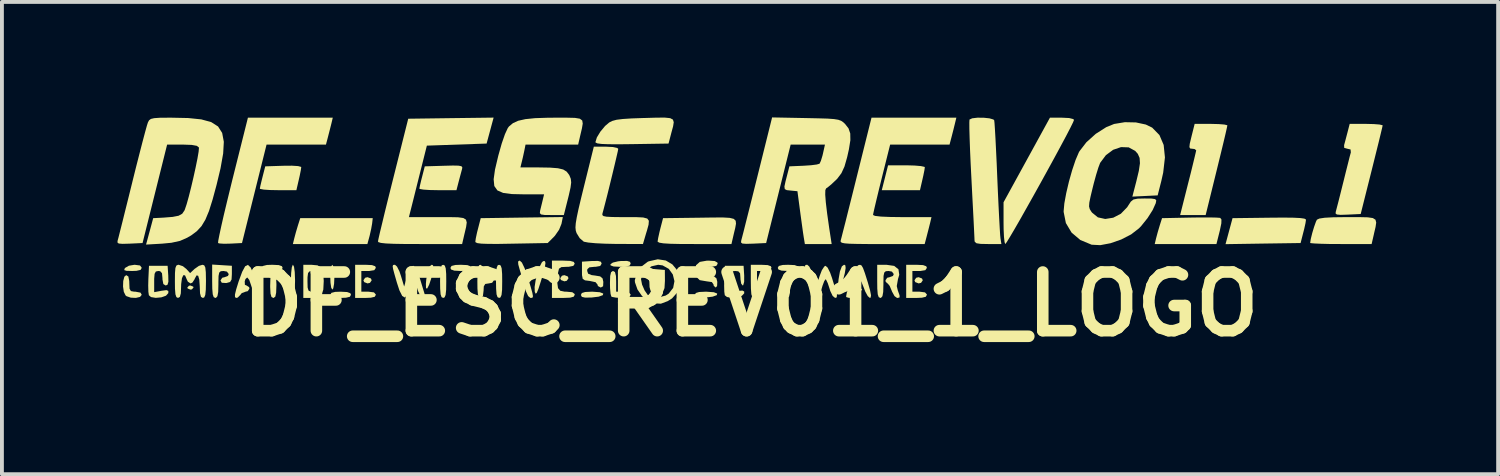
<source format=kicad_pcb>
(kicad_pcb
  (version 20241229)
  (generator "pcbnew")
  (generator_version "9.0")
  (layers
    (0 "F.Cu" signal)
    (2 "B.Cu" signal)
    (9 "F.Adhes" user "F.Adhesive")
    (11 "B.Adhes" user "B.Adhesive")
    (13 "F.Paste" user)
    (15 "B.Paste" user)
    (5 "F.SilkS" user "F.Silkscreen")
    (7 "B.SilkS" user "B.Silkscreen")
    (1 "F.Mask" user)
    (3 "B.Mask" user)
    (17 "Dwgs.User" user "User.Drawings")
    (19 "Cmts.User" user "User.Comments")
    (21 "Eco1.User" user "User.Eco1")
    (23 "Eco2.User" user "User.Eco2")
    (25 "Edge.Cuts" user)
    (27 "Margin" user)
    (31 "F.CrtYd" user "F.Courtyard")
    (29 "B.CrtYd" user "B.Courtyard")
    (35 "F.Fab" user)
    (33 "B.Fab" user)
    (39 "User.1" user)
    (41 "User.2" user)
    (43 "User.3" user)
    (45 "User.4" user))
  (footprint "DF_ESC_REV01_1_LOGO"
    (layer "F.Cu")
    (at 16.453 4.85)
    (property "Reference" "DF_ESC_REV01_1_LOGO" (at 0 0 0) (layer "F.SilkS") (effects (font (size 1.524 1.524) (thickness 0.3))))
    (attr board_only exclude_from_pos_files exclude_from_bom)
    (fp_poly (pts (xy -14.485 -0.455) (xy -14.476 -0.431) (xy -14.519 -0.383) (xy -14.557 -0.377) (xy -14.628 -0.406) (xy -14.637 -0.431) (xy -14.594 -0.478) (xy -14.557 -0.484)) (stroke (width 0) (type solid)) (fill yes) (layer "F.SilkS"))
    (fp_poly (pts (xy -9.868 -0.666) (xy -9.848 -0.619) (xy -9.893 -0.553) (xy -9.956 -0.538) (xy -10.043 -0.572) (xy -10.063 -0.619) (xy -10.018 -0.685) (xy -9.956 -0.7)) (stroke (width 0) (type solid)) (fill yes) (layer "F.SilkS"))
    (fp_poly (pts (xy -4.756 -0.72) (xy -4.736 -0.673) (xy -4.78 -0.607) (xy -4.843 -0.592) (xy -4.931 -0.626) (xy -4.951 -0.673) (xy -4.906 -0.738) (xy -4.843 -0.753)) (stroke (width 0) (type solid)) (fill yes) (layer "F.SilkS"))
    (fp_poly (pts (xy 0.411 -0.666) (xy 0.431 -0.619) (xy 0.386 -0.553) (xy 0.323 -0.538) (xy 0.235 -0.572) (xy 0.215 -0.619) (xy 0.26 -0.685) (xy 0.323 -0.7)) (stroke (width 0) (type solid)) (fill yes) (layer "F.SilkS"))
    (fp_poly (pts (xy 4.447 -0.666) (xy 4.467 -0.619) (xy 4.422 -0.553) (xy 4.359 -0.538) (xy 4.271 -0.572) (xy 4.251 -0.619) (xy 4.296 -0.685) (xy 4.359 -0.7)) (stroke (width 0) (type solid)) (fill yes) (layer "F.SilkS"))
    (fp_poly (pts (xy -12.262 -1.014) (xy -12.179 -0.984) (xy -12.162 -0.942) (xy -12.191 -0.891) (xy -12.29 -0.866) (xy -12.431 -0.861) (xy -12.6 -0.87) (xy -12.683 -0.9) (xy -12.7 -0.942) (xy -12.671 -0.992) (xy -12.571 -1.017) (xy -12.431 -1.022)) (stroke (width 0) (type solid)) (fill yes) (layer "F.SilkS"))
    (fp_poly (pts (xy -10.842 -0.973) (xy -10.822 -0.845) (xy -10.817 -0.7) (xy -10.825 -0.528) (xy -10.846 -0.411) (xy -10.87 -0.377) (xy -10.899 -0.426) (xy -10.918 -0.554) (xy -10.924 -0.7) (xy -10.916 -0.872) (xy -10.895 -0.988) (xy -10.87 -1.022)) (stroke (width 0) (type solid)) (fill yes) (layer "F.SilkS"))
    (fp_poly (pts (xy -10.486 -0.314) (xy -10.403 -0.284) (xy -10.386 -0.242) (xy -10.415 -0.191) (xy -10.515 -0.167) (xy -10.655 -0.161) (xy -10.824 -0.17) (xy -10.907 -0.2) (xy -10.924 -0.242) (xy -10.895 -0.293) (xy -10.796 -0.318) (xy -10.655 -0.323)) (stroke (width 0) (type solid)) (fill yes) (layer "F.SilkS"))
    (fp_poly (pts (xy -9.836 -2.099) (xy -9.861 -1.955) (xy -9.9 -1.782) (xy -9.905 -1.762) (xy -9.96 -1.561) (xy -11.895 -1.561) (xy -11.859 -1.709) (xy -11.817 -1.866) (xy -11.765 -2.041) (xy -11.764 -2.045) (xy -11.704 -2.233) (xy -9.821 -2.233)) (stroke (width 0) (type solid)) (fill yes) (layer "F.SilkS"))
    (fp_poly (pts (xy -7.365 -1.014) (xy -7.282 -0.984) (xy -7.265 -0.942) (xy -7.294 -0.891) (xy -7.393 -0.866) (xy -7.534 -0.861) (xy -7.703 -0.87) (xy -7.786 -0.9) (xy -7.803 -0.942) (xy -7.774 -0.992) (xy -7.674 -1.017) (xy -7.534 -1.022)) (stroke (width 0) (type solid)) (fill yes) (layer "F.SilkS"))
    (fp_poly (pts (xy -3.138 -1.099) (xy -3.121 -1.052) (xy -3.147 -1.001) (xy -3.238 -0.975) (xy -3.395 -0.969) (xy -3.566 -0.978) (xy -3.642 -1.006) (xy -3.646 -1.036) (xy -3.583 -1.08) (xy -3.448 -1.112) (xy -3.373 -1.12) (xy -3.214 -1.122)) (stroke (width 0) (type solid)) (fill yes) (layer "F.SilkS"))
    (fp_poly (pts (xy 1.138 -1.014) (xy 1.22 -0.984) (xy 1.238 -0.942) (xy 1.209 -0.891) (xy 1.109 -0.866) (xy 0.969 -0.861) (xy 0.799 -0.87) (xy 0.717 -0.9) (xy 0.7 -0.942) (xy 0.728 -0.992) (xy 0.828 -1.017) (xy 0.969 -1.022)) (stroke (width 0) (type solid)) (fill yes) (layer "F.SilkS"))
    (fp_poly (pts (xy 4.254 -3.6) (xy 4.418 -3.586) (xy 4.509 -3.566) (xy 4.52 -3.556) (xy 4.509 -3.478) (xy 4.48 -3.335) (xy 4.457 -3.233) (xy 4.394 -2.96) (xy 3.402 -2.96) (xy 3.484 -3.283) (xy 3.565 -3.606) (xy 4.043 -3.606)) (stroke (width 0) (type solid)) (fill yes) (layer "F.SilkS"))
    (fp_poly (pts (xy -15.866 -1.004) (xy -15.821 -0.944) (xy -15.821 -0.942) (xy -15.852 -0.889) (xy -15.958 -0.865) (xy -16.07 -0.861) (xy -16.217 -0.865) (xy -16.276 -0.884) (xy -16.264 -0.926) (xy -16.252 -0.942) (xy -16.154 -0.998) (xy -16.011 -1.022) (xy -16.003 -1.022)) (stroke (width 0) (type solid)) (fill yes) (layer "F.SilkS"))
    (fp_poly (pts (xy -8.254 -1.007) (xy -8.246 -0.938) (xy -8.267 -0.806) (xy -8.307 -0.649) (xy -8.356 -0.504) (xy -8.404 -0.41) (xy -8.41 -0.404) (xy -8.437 -0.415) (xy -8.44 -0.528) (xy -8.43 -0.642) (xy -8.394 -0.849) (xy -8.344 -0.981) (xy -8.286 -1.024)) (stroke (width 0) (type solid)) (fill yes) (layer "F.SilkS"))
    (fp_poly (pts (xy -3.922 -0.309) (xy -3.833 -0.275) (xy -3.844 -0.233) (xy -3.952 -0.194) (xy -4.134 -0.172) (xy -4.303 -0.169) (xy -4.388 -0.188) (xy -4.413 -0.235) (xy -4.413 -0.239) (xy -4.389 -0.289) (xy -4.303 -0.315) (xy -4.134 -0.323) (xy -4.112 -0.323)) (stroke (width 0) (type solid)) (fill yes) (layer "F.SilkS"))
    (fp_poly (pts (xy -0.962 -0.309) (xy -0.873 -0.275) (xy -0.884 -0.233) (xy -0.992 -0.194) (xy -1.175 -0.172) (xy -1.343 -0.169) (xy -1.428 -0.188) (xy -1.453 -0.235) (xy -1.453 -0.239) (xy -1.429 -0.289) (xy -1.343 -0.315) (xy -1.174 -0.323) (xy -1.153 -0.323)) (stroke (width 0) (type solid)) (fill yes) (layer "F.SilkS"))
    (fp_poly (pts (xy 2.455 -1.007) (xy 2.463 -0.938) (xy 2.442 -0.806) (xy 2.402 -0.649) (xy 2.353 -0.504) (xy 2.305 -0.41) (xy 2.299 -0.404) (xy 2.271 -0.415) (xy 2.269 -0.528) (xy 2.279 -0.642) (xy 2.315 -0.849) (xy 2.365 -0.981) (xy 2.423 -1.024)) (stroke (width 0) (type solid)) (fill yes) (layer "F.SilkS"))
    (fp_poly (pts (xy 0.992 -0.776) (xy 1.016 -0.672) (xy 1.022 -0.484) (xy 1.016 -0.296) (xy 0.994 -0.195) (xy 0.95 -0.162) (xy 0.943 -0.161) (xy 0.897 -0.186) (xy 0.874 -0.274) (xy 0.868 -0.446) (xy 0.868 -0.484) (xy 0.878 -0.677) (xy 0.905 -0.779) (xy 0.948 -0.807)) (stroke (width 0) (type solid)) (fill yes) (layer "F.SilkS"))
    (fp_poly (pts (xy 14.095 -2.245) (xy 14.275 -2.236) (xy 14.379 -2.221) (xy 14.42 -2.198) (xy 14.421 -2.191) (xy 14.408 -2.104) (xy 14.375 -1.954) (xy 14.35 -1.857) (xy 14.281 -1.587) (xy 13.306 -1.573) (xy 12.331 -1.558) (xy 12.422 -1.896) (xy 12.513 -2.233) (xy 13.468 -2.245) (xy 13.83 -2.248)) (stroke (width 0) (type solid)) (fill yes) (layer "F.SilkS"))
    (fp_poly (pts (xy -12.357 -0.782) (xy -12.332 -0.695) (xy -12.323 -0.523) (xy -12.323 -0.484) (xy -12.33 -0.297) (xy -12.351 -0.196) (xy -12.394 -0.162) (xy -12.404 -0.161) (xy -12.451 -0.186) (xy -12.476 -0.274) (xy -12.485 -0.445) (xy -12.485 -0.484) (xy -12.479 -0.672) (xy -12.457 -0.772) (xy -12.414 -0.807) (xy -12.404 -0.807)) (stroke (width 0) (type solid)) (fill yes) (layer "F.SilkS"))
    (fp_poly (pts (xy -11.866 -0.972) (xy -11.847 -0.835) (xy -11.839 -0.63) (xy -11.839 -0.592) (xy -11.845 -0.379) (xy -11.862 -0.229) (xy -11.888 -0.163) (xy -11.893 -0.161) (xy -11.919 -0.212) (xy -11.938 -0.349) (xy -11.946 -0.553) (xy -11.947 -0.592) (xy -11.94 -0.805) (xy -11.923 -0.955) (xy -11.898 -1.021) (xy -11.893 -1.022)) (stroke (width 0) (type solid)) (fill yes) (layer "F.SilkS"))
    (fp_poly (pts (xy -7.95 -1.002) (xy -7.925 -0.929) (xy -7.913 -0.783) (xy -7.911 -0.592) (xy -7.914 -0.371) (xy -7.928 -0.238) (xy -7.956 -0.175) (xy -7.991 -0.161) (xy -8.033 -0.182) (xy -8.058 -0.255) (xy -8.069 -0.401) (xy -8.072 -0.592) (xy -8.068 -0.813) (xy -8.054 -0.945) (xy -8.027 -1.009) (xy -7.991 -1.022)) (stroke (width 0) (type solid)) (fill yes) (layer "F.SilkS"))
    (fp_poly (pts (xy -7.46 -0.782) (xy -7.435 -0.695) (xy -7.426 -0.523) (xy -7.426 -0.484) (xy -7.432 -0.297) (xy -7.454 -0.196) (xy -7.497 -0.162) (xy -7.507 -0.161) (xy -7.554 -0.186) (xy -7.579 -0.274) (xy -7.588 -0.445) (xy -7.588 -0.484) (xy -7.582 -0.672) (xy -7.56 -0.772) (xy -7.517 -0.807) (xy -7.507 -0.807)) (stroke (width 0) (type solid)) (fill yes) (layer "F.SilkS"))
    (fp_poly (pts (xy -6.497 -1.002) (xy -6.472 -0.929) (xy -6.46 -0.783) (xy -6.458 -0.592) (xy -6.461 -0.371) (xy -6.475 -0.238) (xy -6.503 -0.175) (xy -6.538 -0.161) (xy -6.58 -0.182) (xy -6.605 -0.255) (xy -6.616 -0.401) (xy -6.619 -0.592) (xy -6.615 -0.813) (xy -6.601 -0.945) (xy -6.574 -1.009) (xy -6.538 -1.022)) (stroke (width 0) (type solid)) (fill yes) (layer "F.SilkS"))
    (fp_poly (pts (xy -5.348 -1.117) (xy -5.334 -1.068) (xy -5.351 -0.955) (xy -5.402 -0.765) (xy -5.454 -0.592) (xy -5.517 -0.396) (xy -5.56 -0.293) (xy -5.588 -0.27) (xy -5.61 -0.316) (xy -5.612 -0.324) (xy -5.616 -0.446) (xy -5.59 -0.616) (xy -5.544 -0.801) (xy -5.487 -0.969) (xy -5.428 -1.085) (xy -5.393 -1.117)) (stroke (width 0) (type solid)) (fill yes) (layer "F.SilkS"))
    (fp_poly (pts (xy 11.913 -2.252) (xy 12.09 -2.248) (xy 12.186 -2.241) (xy 12.194 -2.239) (xy 12.225 -2.198) (xy 12.222 -2.098) (xy 12.185 -1.919) (xy 12.177 -1.887) (xy 12.095 -1.561) (xy 10.492 -1.561) (xy 10.527 -1.709) (xy 10.569 -1.866) (xy 10.621 -2.041) (xy 10.622 -2.045) (xy 10.682 -2.233) (xy 11.406 -2.248) (xy 11.678 -2.252)) (stroke (width 0) (type solid)) (fill yes) (layer "F.SilkS"))
    (fp_poly (pts (xy -11.76 -3.586) (xy -11.682 -3.565) (xy -11.678 -3.558) (xy -11.689 -3.479) (xy -11.718 -3.335) (xy -11.741 -3.233) (xy -11.804 -2.96) (xy -12.279 -2.96) (xy -12.49 -2.964) (xy -12.652 -2.975) (xy -12.742 -2.992) (xy -12.753 -3) (xy -12.74 -3.072) (xy -12.707 -3.21) (xy -12.682 -3.31) (xy -12.613 -3.579) (xy -12.145 -3.594) (xy -11.92 -3.596)) (stroke (width 0) (type solid)) (fill yes) (layer "F.SilkS"))
    (fp_poly (pts (xy -9.84 -1.014) (xy -9.757 -0.984) (xy -9.74 -0.942) (xy -9.781 -0.882) (xy -9.911 -0.861) (xy -9.929 -0.861) (xy -10.117 -0.861) (xy -10.117 -0.323) (xy -9.929 -0.323) (xy -9.789 -0.305) (xy -9.741 -0.25) (xy -9.74 -0.242) (xy -9.769 -0.191) (xy -9.869 -0.167) (xy -10.009 -0.161) (xy -10.278 -0.161) (xy -10.278 -1.022) (xy -10.009 -1.022)) (stroke (width 0) (type solid)) (fill yes) (layer "F.SilkS"))
    (fp_poly (pts (xy -4.918 -2.086) (xy -4.98 -1.933) (xy -5.088 -1.777) (xy -5.114 -1.749) (xy -5.276 -1.587) (xy -6.216 -1.57) (xy -6.566 -1.564) (xy -6.821 -1.565) (xy -6.995 -1.571) (xy -7.1 -1.584) (xy -7.148 -1.605) (xy -7.156 -1.623) (xy -7.143 -1.714) (xy -7.11 -1.867) (xy -7.085 -1.964) (xy -7.016 -2.233) (xy -5.949 -2.248) (xy -4.883 -2.262)) (stroke (width 0) (type solid)) (fill yes) (layer "F.SilkS"))
    (fp_poly (pts (xy 0.438 -1.014) (xy 0.521 -0.984) (xy 0.538 -0.942) (xy 0.497 -0.882) (xy 0.367 -0.861) (xy 0.35 -0.861) (xy 0.161 -0.861) (xy 0.161 -0.511) (xy 0.156 -0.315) (xy 0.137 -0.206) (xy 0.099 -0.164) (xy 0.081 -0.161) (xy 0.039 -0.182) (xy 0.014 -0.255) (xy 0.003 -0.401) (xy 0 -0.592) (xy 0 -1.022) (xy 0.269 -1.022)) (stroke (width 0) (type solid)) (fill yes) (layer "F.SilkS"))
    (fp_poly (pts (xy 4.474 -1.014) (xy 4.557 -0.984) (xy 4.574 -0.942) (xy 4.533 -0.882) (xy 4.403 -0.861) (xy 4.386 -0.861) (xy 4.197 -0.861) (xy 4.197 -0.323) (xy 4.386 -0.323) (xy 4.525 -0.305) (xy 4.574 -0.25) (xy 4.574 -0.242) (xy 4.545 -0.191) (xy 4.446 -0.167) (xy 4.305 -0.161) (xy 4.036 -0.161) (xy 4.036 -1.022) (xy 4.305 -1.022)) (stroke (width 0) (type solid)) (fill yes) (layer "F.SilkS"))
    (fp_poly (pts (xy -16.169 -0.718) (xy -16.146 -0.6) (xy -16.144 -0.538) (xy -16.138 -0.4) (xy -16.103 -0.339) (xy -16.017 -0.323) (xy -15.983 -0.323) (xy -15.854 -0.299) (xy -15.821 -0.242) (xy -15.866 -0.187) (xy -15.974 -0.162) (xy -16.105 -0.168) (xy -16.216 -0.206) (xy -16.241 -0.226) (xy -16.287 -0.32) (xy -16.307 -0.457) (xy -16.302 -0.6) (xy -16.273 -0.712) (xy -16.225 -0.753)) (stroke (width 0) (type solid)) (fill yes) (layer "F.SilkS"))
    (fp_poly (pts (xy -7.592 -3.597) (xy -7.517 -3.582) (xy -7.494 -3.552) (xy -7.5 -3.513) (xy -7.53 -3.402) (xy -7.573 -3.241) (xy -7.587 -3.188) (xy -7.646 -2.96) (xy -8.128 -2.96) (xy -8.341 -2.964) (xy -8.505 -2.975) (xy -8.597 -2.991) (xy -8.609 -3) (xy -8.596 -3.072) (xy -8.564 -3.21) (xy -8.538 -3.31) (xy -8.469 -3.579) (xy -7.97 -3.594) (xy -7.737 -3.6)) (stroke (width 0) (type solid)) (fill yes) (layer "F.SilkS"))
    (fp_poly (pts (xy -5.946 -1.079) (xy -5.876 -0.933) (xy -5.795 -0.702) (xy -5.788 -0.678) (xy -5.717 -0.444) (xy -5.675 -0.294) (xy -5.659 -0.209) (xy -5.667 -0.172) (xy -5.697 -0.162) (xy -5.725 -0.161) (xy -5.784 -0.209) (xy -5.842 -0.333) (xy -5.859 -0.39) (xy -5.913 -0.59) (xy -5.978 -0.812) (xy -5.997 -0.874) (xy -6.04 -1.028) (xy -6.046 -1.105) (xy -6.014 -1.129) (xy -6.001 -1.13)) (stroke (width 0) (type solid)) (fill yes) (layer "F.SilkS"))
    (fp_poly (pts (xy -10.894 -4.695) (xy -10.933 -4.54) (xy -10.979 -4.361) (xy -10.983 -4.345) (xy -11.036 -4.144) (xy -12.579 -4.144) (xy -12.898 -2.866) (xy -13.217 -1.587) (xy -13.512 -1.572) (xy -13.681 -1.568) (xy -13.802 -1.576) (xy -13.839 -1.587) (xy -13.834 -1.645) (xy -13.805 -1.794) (xy -13.756 -2.022) (xy -13.689 -2.316) (xy -13.606 -2.662) (xy -13.512 -3.048) (xy -13.467 -3.231) (xy -13.063 -4.843) (xy -10.859 -4.843)) (stroke (width 0) (type solid)) (fill yes) (layer "F.SilkS"))
    (fp_poly (pts (xy -3.528 -0.832) (xy -3.503 -0.732) (xy -3.498 -0.592) (xy -3.498 -0.323) (xy -3.31 -0.323) (xy -3.17 -0.305) (xy -3.122 -0.25) (xy -3.121 -0.242) (xy -3.154 -0.188) (xy -3.265 -0.164) (xy -3.354 -0.161) (xy -3.505 -0.169) (xy -3.607 -0.188) (xy -3.623 -0.197) (xy -3.643 -0.267) (xy -3.656 -0.409) (xy -3.659 -0.547) (xy -3.653 -0.732) (xy -3.63 -0.829) (xy -3.585 -0.861) (xy -3.579 -0.861)) (stroke (width 0) (type solid)) (fill yes) (layer "F.SilkS"))
    (fp_poly (pts (xy -0.549 -2.241) (xy -0.444 -2.215) (xy -0.393 -2.166) (xy -0.385 -2.09) (xy -0.405 -1.978) (xy -0.44 -1.834) (xy -0.503 -1.561) (xy -1.462 -1.561) (xy -1.824 -1.562) (xy -2.089 -1.568) (xy -2.27 -1.579) (xy -2.375 -1.596) (xy -2.418 -1.619) (xy -2.421 -1.628) (xy -2.407 -1.716) (xy -2.374 -1.866) (xy -2.35 -1.964) (xy -2.28 -2.233) (xy -1.328 -2.245) (xy -0.979 -2.25) (xy -0.723 -2.251)) (stroke (width 0) (type solid)) (fill yes) (layer "F.SilkS"))
    (fp_poly (pts (xy -6.959 -0.974) (xy -6.942 -0.861) (xy -6.927 -0.746) (xy -6.866 -0.703) (xy -6.807 -0.7) (xy -6.699 -0.672) (xy -6.673 -0.619) (xy -6.72 -0.554) (xy -6.807 -0.538) (xy -6.898 -0.524) (xy -6.936 -0.461) (xy -6.942 -0.35) (xy -6.959 -0.21) (xy -7.015 -0.162) (xy -7.023 -0.161) (xy -7.064 -0.182) (xy -7.089 -0.255) (xy -7.101 -0.401) (xy -7.103 -0.592) (xy -7.1 -0.813) (xy -7.086 -0.945) (xy -7.058 -1.009) (xy -7.023 -1.022)) (stroke (width 0) (type solid)) (fill yes) (layer "F.SilkS"))
    (fp_poly (pts (xy -2.233 -0.888) (xy -2.231 -0.605) (xy -2.242 -0.417) (xy -2.277 -0.329) (xy -2.294 -0.323) (xy -2.348 -0.369) (xy -2.391 -0.477) (xy -2.412 -0.601) (xy -2.397 -0.696) (xy -2.396 -0.698) (xy -2.399 -0.749) (xy -2.418 -0.753) (xy -2.454 -0.706) (xy -2.474 -0.586) (xy -2.475 -0.538) (xy -2.489 -0.388) (xy -2.533 -0.327) (xy -2.556 -0.323) (xy -2.605 -0.349) (xy -2.63 -0.442) (xy -2.637 -0.621) (xy -2.637 -0.622) (xy -2.637 -0.921)) (stroke (width 0) (type solid)) (fill yes) (layer "F.SilkS"))
    (fp_poly (pts (xy -4.692 -1.123) (xy -4.6 -1.097) (xy -4.574 -1.049) (xy -4.611 -0.993) (xy -4.731 -0.97) (xy -4.784 -0.969) (xy -4.92 -0.962) (xy -4.983 -0.921) (xy -5.007 -0.816) (xy -5.012 -0.767) (xy -5.026 -0.548) (xy -5.008 -0.415) (xy -4.949 -0.347) (xy -4.838 -0.324) (xy -4.786 -0.323) (xy -4.637 -0.309) (xy -4.577 -0.264) (xy -4.574 -0.242) (xy -4.601 -0.193) (xy -4.694 -0.168) (xy -4.87 -0.161) (xy -5.166 -0.161) (xy -5.166 -1.13) (xy -4.87 -1.13)) (stroke (width 0) (type solid)) (fill yes) (layer "F.SilkS"))
    (fp_poly (pts (xy 16.024 -2.255) (xy 16.157 -2.236) (xy 16.226 -2.193) (xy 16.245 -2.119) (xy 16.228 -2.003) (xy 16.189 -1.837) (xy 16.189 -1.834) (xy 16.126 -1.561) (xy 15.328 -1.561) (xy 15.048 -1.562) (xy 14.812 -1.568) (xy 14.637 -1.576) (xy 14.541 -1.585) (xy 14.53 -1.591) (xy 14.545 -1.691) (xy 14.583 -1.845) (xy 14.632 -2.008) (xy 14.679 -2.14) (xy 14.705 -2.193) (xy 14.768 -2.223) (xy 14.907 -2.244) (xy 15.133 -2.256) (xy 15.456 -2.26) (xy 15.505 -2.26) (xy 15.811 -2.26)) (stroke (width 0) (type solid)) (fill yes) (layer "F.SilkS"))
    (fp_poly (pts (xy -2.095 -4.831) (xy -2.023 -4.793) (xy -2.002 -4.725) (xy -2.019 -4.617) (xy -2.061 -4.463) (xy -2.067 -4.44) (xy -2.137 -4.171) (xy -3.087 -4.156) (xy -3.443 -4.152) (xy -3.703 -4.154) (xy -3.88 -4.161) (xy -3.986 -4.176) (xy -4.031 -4.197) (xy -4.036 -4.21) (xy -3.999 -4.33) (xy -3.906 -4.483) (xy -3.785 -4.628) (xy -3.678 -4.719) (xy -3.598 -4.759) (xy -3.487 -4.789) (xy -3.325 -4.809) (xy -3.095 -4.824) (xy -2.778 -4.835) (xy -2.761 -4.835) (xy -2.45 -4.844) (xy -2.232 -4.845)) (stroke (width 0) (type solid)) (fill yes) (layer "F.SilkS"))
    (fp_poly (pts (xy 8.269 -4.834) (xy 8.376 -4.807) (xy 8.395 -4.784) (xy 8.37 -4.721) (xy 8.3 -4.579) (xy 8.192 -4.371) (xy 8.053 -4.111) (xy 7.892 -3.813) (xy 7.714 -3.488) (xy 7.529 -3.152) (xy 7.342 -2.816) (xy 7.161 -2.494) (xy 6.995 -2.199) (xy 6.849 -1.946) (xy 6.731 -1.746) (xy 6.649 -1.613) (xy 6.611 -1.561) (xy 6.61 -1.561) (xy 6.591 -1.611) (xy 6.576 -1.746) (xy 6.567 -1.943) (xy 6.565 -2.103) (xy 6.565 -2.646) (xy 7.168 -3.745) (xy 7.77 -4.843) (xy 8.082 -4.843)) (stroke (width 0) (type solid)) (fill yes) (layer "F.SilkS"))
    (fp_poly (pts (xy 12.152 -4.677) (xy 12.301 -4.665) (xy 12.375 -4.647) (xy 12.378 -4.641) (xy 12.366 -4.58) (xy 12.332 -4.429) (xy 12.279 -4.205) (xy 12.211 -3.924) (xy 12.132 -3.601) (xy 12.097 -3.458) (xy 11.815 -2.314) (xy 11.152 -2.314) (xy 11.359 -3.135) (xy 11.431 -3.418) (xy 11.491 -3.664) (xy 11.537 -3.854) (xy 11.564 -3.97) (xy 11.569 -3.996) (xy 11.525 -4.029) (xy 11.468 -4.036) (xy 11.414 -4.042) (xy 11.393 -4.078) (xy 11.402 -4.166) (xy 11.441 -4.33) (xy 11.448 -4.359) (xy 11.529 -4.682) (xy 11.953 -4.682)) (stroke (width 0) (type solid)) (fill yes) (layer "F.SilkS"))
    (fp_poly (pts (xy -3.893 -1.1) (xy -3.875 -1.052) (xy -3.912 -0.991) (xy -4.033 -0.969) (xy -4.063 -0.969) (xy -4.193 -0.956) (xy -4.246 -0.909) (xy -4.251 -0.864) (xy -4.226 -0.791) (xy -4.135 -0.754) (xy -4.049 -0.743) (xy -3.914 -0.721) (xy -3.851 -0.668) (xy -3.831 -0.578) (xy -3.837 -0.464) (xy -3.898 -0.431) (xy -3.972 -0.47) (xy -3.982 -0.508) (xy -4.033 -0.57) (xy -4.183 -0.602) (xy -4.184 -0.602) (xy -4.308 -0.618) (xy -4.367 -0.657) (xy -4.385 -0.753) (xy -4.386 -0.861) (xy -4.386 -1.103) (xy -4.13 -1.12) (xy -3.97 -1.122)) (stroke (width 0) (type solid)) (fill yes) (layer "F.SilkS"))
    (fp_poly (pts (xy -0.937 -1.119) (xy -0.868 -1.08) (xy -0.861 -1.049) (xy -0.897 -0.993) (xy -1.014 -0.97) (xy -1.076 -0.969) (xy -1.218 -0.959) (xy -1.28 -0.922) (xy -1.292 -0.864) (xy -1.267 -0.791) (xy -1.175 -0.754) (xy -1.09 -0.743) (xy -0.954 -0.721) (xy -0.892 -0.668) (xy -0.871 -0.578) (xy -0.876 -0.472) (xy -0.911 -0.431) (xy -0.962 -0.474) (xy -0.969 -0.511) (xy -1.012 -0.573) (xy -1.146 -0.592) (xy -1.328 -0.623) (xy -1.427 -0.721) (xy -1.453 -0.861) (xy -1.423 -1.011) (xy -1.324 -1.097) (xy -1.143 -1.129) (xy -1.092 -1.13)) (stroke (width 0) (type solid)) (fill yes) (layer "F.SilkS"))
    (fp_poly (pts (xy -15.132 -0.74) (xy -15.129 -0.58) (xy -15.152 -0.503) (xy -15.199 -0.484) (xy -15.26 -0.521) (xy -15.283 -0.643) (xy -15.283 -0.673) (xy -15.295 -0.802) (xy -15.342 -0.855) (xy -15.391 -0.861) (xy -15.455 -0.847) (xy -15.487 -0.788) (xy -15.498 -0.658) (xy -15.498 -0.586) (xy -15.498 -0.311) (xy -15.305 -0.347) (xy -15.179 -0.364) (xy -15.13 -0.343) (xy -15.131 -0.286) (xy -15.191 -0.219) (xy -15.314 -0.176) (xy -15.457 -0.163) (xy -15.58 -0.183) (xy -15.636 -0.231) (xy -15.649 -0.322) (xy -15.653 -0.484) (xy -15.649 -0.651) (xy -15.633 -0.996) (xy -15.149 -0.996)) (stroke (width 0) (type solid)) (fill yes) (layer "F.SilkS"))
    (fp_poly (pts (xy -13.736 -1.012) (xy -13.48 -0.996) (xy -13.48 -0.78) (xy -13.488 -0.64) (xy -13.526 -0.575) (xy -13.615 -0.55) (xy -13.628 -0.548) (xy -13.742 -0.555) (xy -13.776 -0.615) (xy -13.731 -0.685) (xy -13.669 -0.7) (xy -13.581 -0.733) (xy -13.561 -0.78) (xy -13.608 -0.845) (xy -13.696 -0.861) (xy -13.768 -0.855) (xy -13.808 -0.82) (xy -13.826 -0.733) (xy -13.83 -0.568) (xy -13.83 -0.511) (xy -13.835 -0.315) (xy -13.855 -0.206) (xy -13.892 -0.164) (xy -13.911 -0.161) (xy -13.952 -0.182) (xy -13.977 -0.255) (xy -13.989 -0.4) (xy -13.992 -0.595) (xy -13.992 -1.028)) (stroke (width 0) (type solid)) (fill yes) (layer "F.SilkS"))
    (fp_poly (pts (xy -0.172 -0.74) (xy -0.173 -0.578) (xy -0.197 -0.493) (xy -0.212 -0.484) (xy -0.25 -0.532) (xy -0.269 -0.648) (xy -0.269 -0.673) (xy -0.279 -0.8) (xy -0.324 -0.852) (xy -0.404 -0.861) (xy -0.483 -0.853) (xy -0.523 -0.809) (xy -0.537 -0.704) (xy -0.538 -0.585) (xy -0.538 -0.309) (xy -0.346 -0.34) (xy -0.22 -0.353) (xy -0.172 -0.328) (xy -0.172 -0.28) (xy -0.232 -0.216) (xy -0.355 -0.176) (xy -0.498 -0.164) (xy -0.62 -0.185) (xy -0.676 -0.231) (xy -0.689 -0.322) (xy -0.693 -0.484) (xy -0.689 -0.651) (xy -0.673 -0.996) (xy -0.188 -0.996)) (stroke (width 0) (type solid)) (fill yes) (layer "F.SilkS"))
    (fp_poly (pts (xy -12.992 -0.952) (xy -12.916 -0.78) (xy -12.862 -0.619) (xy -12.806 -0.426) (xy -12.772 -0.274) (xy -12.765 -0.19) (xy -12.768 -0.183) (xy -12.834 -0.173) (xy -12.902 -0.267) (xy -12.969 -0.456) (xy -13.028 -0.628) (xy -13.081 -0.693) (xy -13.127 -0.651) (xy -13.146 -0.592) (xy -13.142 -0.502) (xy -13.099 -0.484) (xy -13.032 -0.441) (xy -13.023 -0.404) (xy -13.067 -0.337) (xy -13.125 -0.323) (xy -13.225 -0.285) (xy -13.258 -0.242) (xy -13.327 -0.171) (xy -13.366 -0.161) (xy -13.399 -0.181) (xy -13.4 -0.25) (xy -13.367 -0.386) (xy -13.303 -0.592) (xy -13.212 -0.84) (xy -13.135 -0.983) (xy -13.063 -1.02)) (stroke (width 0) (type solid)) (fill yes) (layer "F.SilkS"))
    (fp_poly (pts (xy 2.876 -1.004) (xy 2.914 -0.939) (xy 2.963 -0.806) (xy 3.031 -0.59) (xy 3.037 -0.572) (xy 3.098 -0.357) (xy 3.123 -0.228) (xy 3.112 -0.169) (xy 3.093 -0.161) (xy 3.038 -0.208) (xy 2.972 -0.328) (xy 2.933 -0.431) (xy 2.875 -0.575) (xy 2.821 -0.66) (xy 2.794 -0.67) (xy 2.747 -0.591) (xy 2.798 -0.481) (xy 2.835 -0.44) (xy 2.891 -0.374) (xy 2.862 -0.345) (xy 2.782 -0.333) (xy 2.673 -0.295) (xy 2.637 -0.239) (xy 2.594 -0.17) (xy 2.556 -0.161) (xy 2.484 -0.181) (xy 2.475 -0.198) (xy 2.494 -0.299) (xy 2.541 -0.454) (xy 2.606 -0.634) (xy 2.676 -0.807) (xy 2.739 -0.941) (xy 2.783 -1.007) (xy 2.786 -1.009) (xy 2.836 -1.022)) (stroke (width 0) (type solid)) (fill yes) (layer "F.SilkS"))
    (fp_poly (pts (xy 16.184 -4.677) (xy 16.333 -4.665) (xy 16.408 -4.647) (xy 16.412 -4.641) (xy 16.399 -4.58) (xy 16.363 -4.429) (xy 16.309 -4.206) (xy 16.239 -3.925) (xy 16.159 -3.603) (xy 16.126 -3.471) (xy 15.842 -2.341) (xy 15.504 -2.325) (xy 15.321 -2.319) (xy 15.223 -2.328) (xy 15.189 -2.357) (xy 15.196 -2.405) (xy 15.219 -2.493) (xy 15.263 -2.661) (xy 15.32 -2.887) (xy 15.385 -3.148) (xy 15.392 -3.175) (xy 15.457 -3.437) (xy 15.515 -3.667) (xy 15.559 -3.842) (xy 15.585 -3.937) (xy 15.586 -3.942) (xy 15.579 -4.017) (xy 15.498 -4.036) (xy 15.414 -4.059) (xy 15.411 -4.13) (xy 15.441 -4.24) (xy 15.483 -4.4) (xy 15.497 -4.453) (xy 15.556 -4.682) (xy 15.985 -4.682)) (stroke (width 0) (type solid)) (fill yes) (layer "F.SilkS"))
    (fp_poly (pts (xy -11.254 -1.007) (xy -11.157 -0.946) (xy -11.109 -0.82) (xy -11.094 -0.61) (xy -11.094 -0.594) (xy -11.105 -0.376) (xy -11.151 -0.244) (xy -11.248 -0.179) (xy -11.41 -0.161) (xy -11.415 -0.161) (xy -11.624 -0.161) (xy -11.624 -0.592) (xy -11.516 -0.592) (xy -11.512 -0.432) (xy -11.489 -0.353) (xy -11.436 -0.325) (xy -11.382 -0.323) (xy -11.276 -0.348) (xy -11.247 -0.431) (xy -11.281 -0.518) (xy -11.328 -0.538) (xy -11.399 -0.581) (xy -11.408 -0.619) (xy -11.365 -0.69) (xy -11.328 -0.7) (xy -11.256 -0.743) (xy -11.247 -0.78) (xy -11.294 -0.845) (xy -11.382 -0.861) (xy -11.461 -0.852) (xy -11.501 -0.808) (xy -11.515 -0.7) (xy -11.516 -0.592) (xy -11.624 -0.592) (xy -11.624 -1.022) (xy -11.415 -1.022)) (stroke (width 0) (type solid)) (fill yes) (layer "F.SilkS"))
    (fp_poly (pts (xy -9.19 -0.975) (xy -9.129 -0.854) (xy -9.09 -0.74) (xy -9.005 -0.457) (xy -8.923 -0.726) (xy -8.863 -0.88) (xy -8.801 -0.977) (xy -8.768 -0.996) (xy -8.713 -0.947) (xy -8.648 -0.816) (xy -8.598 -0.673) (xy -8.541 -0.486) (xy -8.494 -0.331) (xy -8.471 -0.256) (xy -8.477 -0.176) (xy -8.519 -0.161) (xy -8.582 -0.211) (xy -8.644 -0.341) (xy -8.664 -0.404) (xy -8.711 -0.546) (xy -8.753 -0.633) (xy -8.767 -0.646) (xy -8.801 -0.599) (xy -8.846 -0.48) (xy -8.868 -0.404) (xy -8.927 -0.236) (xy -8.989 -0.172) (xy -9.055 -0.212) (xy -9.128 -0.358) (xy -9.194 -0.56) (xy -9.257 -0.78) (xy -9.293 -0.916) (xy -9.303 -0.988) (xy -9.289 -1.017) (xy -9.254 -1.022) (xy -9.242 -1.022)) (stroke (width 0) (type solid)) (fill yes) (layer "F.SilkS"))
    (fp_poly (pts (xy 1.519 -0.975) (xy 1.58 -0.854) (xy 1.619 -0.74) (xy 1.703 -0.457) (xy 1.786 -0.726) (xy 1.845 -0.88) (xy 1.908 -0.977) (xy 1.941 -0.996) (xy 1.996 -0.947) (xy 2.061 -0.816) (xy 2.111 -0.673) (xy 2.168 -0.486) (xy 2.215 -0.331) (xy 2.238 -0.256) (xy 2.232 -0.176) (xy 2.19 -0.161) (xy 2.127 -0.211) (xy 2.064 -0.341) (xy 2.045 -0.404) (xy 1.998 -0.546) (xy 1.956 -0.633) (xy 1.941 -0.646) (xy 1.908 -0.599) (xy 1.863 -0.48) (xy 1.841 -0.404) (xy 1.782 -0.236) (xy 1.72 -0.172) (xy 1.654 -0.212) (xy 1.581 -0.358) (xy 1.515 -0.56) (xy 1.452 -0.78) (xy 1.416 -0.916) (xy 1.406 -0.988) (xy 1.42 -1.017) (xy 1.455 -1.022) (xy 1.467 -1.022)) (stroke (width 0) (type solid)) (fill yes) (layer "F.SilkS"))
    (fp_poly (pts (xy -6.772 -4.508) (xy -6.863 -4.171) (xy -7.639 -4.144) (xy -8.415 -4.117) (xy -8.611 -3.336) (xy -8.683 -3.049) (xy -8.748 -2.788) (xy -8.801 -2.577) (xy -8.836 -2.438) (xy -8.844 -2.408) (xy -8.881 -2.26) (xy -8.127 -2.26) (xy -7.819 -2.26) (xy -7.605 -2.256) (xy -7.469 -2.237) (xy -7.399 -2.195) (xy -7.379 -2.121) (xy -7.395 -2.007) (xy -7.433 -1.844) (xy -7.436 -1.834) (xy -7.499 -1.561) (xy -8.593 -1.561) (xy -8.981 -1.562) (xy -9.273 -1.567) (xy -9.478 -1.576) (xy -9.608 -1.59) (xy -9.673 -1.61) (xy -9.685 -1.628) (xy -9.672 -1.695) (xy -9.636 -1.854) (xy -9.579 -2.089) (xy -9.507 -2.389) (xy -9.421 -2.738) (xy -9.324 -3.125) (xy -9.291 -3.256) (xy -8.899 -4.816) (xy -7.79 -4.831) (xy -6.681 -4.845)) (stroke (width 0) (type solid)) (fill yes) (layer "F.SilkS"))
    (fp_poly (pts (xy 6.049 -4.842) (xy 6.199 -4.826) (xy 6.301 -4.796) (xy 6.322 -4.776) (xy 6.33 -4.706) (xy 6.341 -4.543) (xy 6.355 -4.303) (xy 6.37 -4) (xy 6.387 -3.648) (xy 6.402 -3.283) (xy 6.419 -2.894) (xy 6.436 -2.534) (xy 6.452 -2.22) (xy 6.466 -1.966) (xy 6.477 -1.789) (xy 6.485 -1.709) (xy 6.509 -1.561) (xy 6.16 -1.561) (xy 5.969 -1.565) (xy 5.863 -1.581) (xy 5.818 -1.617) (xy 5.811 -1.655) (xy 5.808 -1.732) (xy 5.8 -1.901) (xy 5.788 -2.148) (xy 5.772 -2.459) (xy 5.753 -2.818) (xy 5.733 -3.21) (xy 5.731 -3.248) (xy 5.711 -3.64) (xy 5.695 -3.997) (xy 5.684 -4.305) (xy 5.677 -4.549) (xy 5.676 -4.717) (xy 5.68 -4.793) (xy 5.681 -4.795) (xy 5.751 -4.827) (xy 5.887 -4.843)) (stroke (width 0) (type solid)) (fill yes) (layer "F.SilkS"))
    (fp_poly (pts (xy 3.724 -0.993) (xy 3.835 -0.905) (xy 3.856 -0.762) (xy 3.823 -0.651) (xy 3.791 -0.468) (xy 3.818 -0.356) (xy 3.863 -0.23) (xy 3.865 -0.175) (xy 3.822 -0.162) (xy 3.798 -0.161) (xy 3.733 -0.208) (xy 3.67 -0.322) (xy 3.659 -0.35) (xy 3.607 -0.473) (xy 3.556 -0.536) (xy 3.548 -0.538) (xy 3.503 -0.582) (xy 3.498 -0.619) (xy 3.543 -0.685) (xy 3.606 -0.7) (xy 3.693 -0.733) (xy 3.713 -0.78) (xy 3.666 -0.845) (xy 3.579 -0.861) (xy 3.506 -0.855) (xy 3.466 -0.82) (xy 3.448 -0.733) (xy 3.444 -0.568) (xy 3.444 -0.511) (xy 3.439 -0.315) (xy 3.419 -0.206) (xy 3.382 -0.164) (xy 3.363 -0.161) (xy 3.322 -0.182) (xy 3.297 -0.255) (xy 3.285 -0.401) (xy 3.283 -0.592) (xy 3.283 -1.022) (xy 3.523 -1.022)) (stroke (width 0) (type solid)) (fill yes) (layer "F.SilkS"))
    (fp_poly (pts (xy -2.208 -1.133) (xy -2.038 -1.032) (xy -1.913 -0.881) (xy -1.843 -0.699) (xy -1.835 -0.504) (xy -1.9 -0.314) (xy -2.046 -0.149) (xy -2.158 -0.078) (xy -2.336 -0.011) (xy -2.503 -0.02) (xy -2.673 -0.087) (xy -2.822 -0.205) (xy -2.944 -0.38) (xy -3.009 -0.565) (xy -3.014 -0.616) (xy -3.006 -0.646) (xy -2.852 -0.646) (xy -2.825 -0.507) (xy -2.759 -0.356) (xy -2.676 -0.237) (xy -2.625 -0.197) (xy -2.419 -0.168) (xy -2.212 -0.223) (xy -2.133 -0.273) (xy -2.017 -0.422) (xy -1.984 -0.597) (xy -2.026 -0.77) (xy -2.131 -0.916) (xy -2.291 -1.006) (xy -2.407 -1.022) (xy -2.58 -0.982) (xy -2.733 -0.878) (xy -2.832 -0.739) (xy -2.852 -0.646) (xy -3.006 -0.646) (xy -2.967 -0.797) (xy -2.847 -0.971) (xy -2.682 -1.098) (xy -2.651 -1.112) (xy -2.416 -1.165)) (stroke (width 0) (type solid)) (fill yes) (layer "F.SilkS"))
    (fp_poly (pts (xy 5.303 -4.695) (xy 5.265 -4.54) (xy 5.219 -4.361) (xy 5.215 -4.345) (xy 5.162 -4.144) (xy 3.619 -4.144) (xy 3.397 -3.257) (xy 3.324 -2.961) (xy 3.261 -2.7) (xy 3.212 -2.493) (xy 3.182 -2.358) (xy 3.175 -2.315) (xy 3.227 -2.292) (xy 3.38 -2.274) (xy 3.625 -2.264) (xy 3.934 -2.26) (xy 4.693 -2.26) (xy 4.658 -2.112) (xy 4.619 -1.957) (xy 4.573 -1.778) (xy 4.569 -1.762) (xy 4.516 -1.561) (xy 3.411 -1.561) (xy 3.04 -1.561) (xy 2.763 -1.564) (xy 2.567 -1.569) (xy 2.439 -1.579) (xy 2.367 -1.594) (xy 2.335 -1.616) (xy 2.333 -1.645) (xy 2.335 -1.655) (xy 2.355 -1.729) (xy 2.397 -1.895) (xy 2.459 -2.136) (xy 2.535 -2.441) (xy 2.624 -2.794) (xy 2.721 -3.183) (xy 2.749 -3.296) (xy 3.135 -4.843) (xy 5.339 -4.843)) (stroke (width 0) (type solid)) (fill yes) (layer "F.SilkS"))
    (fp_poly (pts (xy -3.582 -4.081) (xy -3.47 -4.057) (xy -3.444 -4.033) (xy -3.456 -3.967) (xy -3.49 -3.819) (xy -3.539 -3.611) (xy -3.598 -3.365) (xy -3.662 -3.103) (xy -3.725 -2.848) (xy -3.783 -2.621) (xy -3.829 -2.445) (xy -3.854 -2.354) (xy -3.857 -2.314) (xy -3.827 -2.287) (xy -3.747 -2.271) (xy -3.599 -2.263) (xy -3.367 -2.26) (xy -3.259 -2.26) (xy -2.981 -2.26) (xy -2.797 -2.251) (xy -2.69 -2.223) (xy -2.648 -2.165) (xy -2.656 -2.064) (xy -2.698 -1.91) (xy -2.72 -1.839) (xy -2.802 -1.561) (xy -3.513 -1.564) (xy -3.789 -1.57) (xy -4.034 -1.582) (xy -4.224 -1.6) (xy -4.334 -1.621) (xy -4.342 -1.625) (xy -4.445 -1.714) (xy -4.526 -1.845) (xy -4.547 -1.911) (xy -4.555 -1.991) (xy -4.547 -2.102) (xy -4.521 -2.257) (xy -4.475 -2.474) (xy -4.405 -2.768) (xy -4.336 -3.049) (xy -4.078 -4.09) (xy -3.761 -4.09)) (stroke (width 0) (type solid)) (fill yes) (layer "F.SilkS"))
    (fp_poly (pts (xy -14.198 -1.008) (xy -14.17 -0.951) (xy -14.157 -0.83) (xy -14.153 -0.625) (xy -14.153 -0.592) (xy -14.157 -0.371) (xy -14.171 -0.238) (xy -14.198 -0.175) (xy -14.234 -0.161) (xy -14.282 -0.188) (xy -14.307 -0.281) (xy -14.314 -0.457) (xy -14.326 -0.636) (xy -14.355 -0.736) (xy -14.397 -0.747) (xy -14.444 -0.661) (xy -14.449 -0.646) (xy -14.506 -0.559) (xy -14.554 -0.538) (xy -14.623 -0.583) (xy -14.653 -0.646) (xy -14.696 -0.747) (xy -14.741 -0.752) (xy -14.777 -0.672) (xy -14.797 -0.52) (xy -14.799 -0.457) (xy -14.806 -0.279) (xy -14.831 -0.187) (xy -14.879 -0.161) (xy -14.921 -0.182) (xy -14.946 -0.255) (xy -14.958 -0.401) (xy -14.96 -0.592) (xy -14.958 -0.807) (xy -14.947 -0.937) (xy -14.922 -1.001) (xy -14.879 -1.022) (xy -14.861 -1.022) (xy -14.752 -0.985) (xy -14.663 -0.914) (xy -14.565 -0.806) (xy -14.45 -0.914) (xy -14.336 -0.994) (xy -14.244 -1.022)) (stroke (width 0) (type solid)) (fill yes) (layer "F.SilkS"))
    (fp_poly (pts (xy -4.569 -4.838) (xy -4.442 -4.817) (xy -4.379 -4.77) (xy -4.366 -4.69) (xy -4.387 -4.565) (xy -4.422 -4.417) (xy -4.485 -4.144) (xy -5.852 -4.144) (xy -5.883 -3.988) (xy -5.92 -3.818) (xy -5.95 -3.693) (xy -5.985 -3.552) (xy -5.508 -3.551) (xy -5.216 -3.546) (xy -5.011 -3.53) (xy -4.873 -3.497) (xy -4.784 -3.442) (xy -4.721 -3.36) (xy -4.71 -3.339) (xy -4.676 -3.255) (xy -4.666 -3.16) (xy -4.683 -3.027) (xy -4.728 -2.827) (xy -4.746 -2.754) (xy -4.857 -2.314) (xy -5.179 -2.314) (xy -5.356 -2.316) (xy -5.449 -2.33) (xy -5.48 -2.365) (xy -5.472 -2.433) (xy -5.468 -2.449) (xy -5.427 -2.615) (xy -5.402 -2.718) (xy -5.37 -2.852) (xy -5.89 -2.852) (xy -6.206 -2.859) (xy -6.434 -2.889) (xy -6.583 -2.954) (xy -6.663 -3.068) (xy -6.68 -3.244) (xy -6.645 -3.495) (xy -6.565 -3.833) (xy -6.559 -3.858) (xy -6.471 -4.17) (xy -6.387 -4.413) (xy -6.313 -4.573) (xy -6.282 -4.615) (xy -6.179 -4.701) (xy -6.043 -4.763) (xy -5.856 -4.805) (xy -5.603 -4.831) (xy -5.267 -4.842) (xy -5.072 -4.843) (xy -4.774 -4.843)) (stroke (width 0) (type solid)) (fill yes) (layer "F.SilkS"))
    (fp_poly (pts (xy 1.433 -4.833) (xy 1.759 -4.826) (xy 1.996 -4.819) (xy 2.161 -4.807) (xy 2.272 -4.789) (xy 2.346 -4.762) (xy 2.403 -4.723) (xy 2.451 -4.677) (xy 2.538 -4.565) (xy 2.583 -4.433) (xy 2.586 -4.258) (xy 2.548 -4.02) (xy 2.502 -3.816) (xy 2.433 -3.574) (xy 2.354 -3.402) (xy 2.248 -3.261) (xy 2.211 -3.224) (xy 2.088 -3.108) (xy 1.99 -3.028) (xy 1.958 -3.008) (xy 1.936 -2.963) (xy 1.933 -2.844) (xy 1.948 -2.645) (xy 1.982 -2.359) (xy 2.036 -1.977) (xy 2.069 -1.762) (xy 2.1 -1.561) (xy 1.404 -1.561) (xy 1.375 -1.735) (xy 1.355 -1.867) (xy 1.327 -2.069) (xy 1.294 -2.309) (xy 1.279 -2.422) (xy 1.211 -2.933) (xy 1.036 -2.95) (xy 0.934 -2.961) (xy 0.882 -2.988) (xy 0.873 -3.055) (xy 0.901 -3.186) (xy 0.933 -3.31) (xy 1.002 -3.579) (xy 1.376 -3.595) (xy 1.567 -3.608) (xy 1.714 -3.627) (xy 1.786 -3.648) (xy 1.786 -3.649) (xy 1.82 -3.721) (xy 1.861 -3.856) (xy 1.875 -3.915) (xy 1.926 -4.144) (xy 1.035 -4.144) (xy 0.398 -1.587) (xy 0.06 -1.571) (xy -0.123 -1.566) (xy -0.221 -1.574) (xy -0.255 -1.603) (xy -0.249 -1.652) (xy -0.229 -1.727) (xy -0.186 -1.893) (xy -0.125 -2.136) (xy -0.048 -2.441) (xy 0.041 -2.795) (xy 0.138 -3.184) (xy 0.167 -3.3) (xy 0.553 -4.85)) (stroke (width 0) (type solid)) (fill yes) (layer "F.SilkS"))
    (fp_poly (pts (xy -14.615 -4.834) (xy -14.275 -4.799) (xy -14.018 -4.729) (xy -13.839 -4.615) (xy -13.732 -4.447) (xy -13.689 -4.217) (xy -13.706 -3.914) (xy -13.774 -3.53) (xy -13.878 -3.096) (xy -13.982 -2.712) (xy -14.075 -2.417) (xy -14.168 -2.194) (xy -14.269 -2.026) (xy -14.389 -1.896) (xy -14.536 -1.786) (xy -14.639 -1.726) (xy -14.827 -1.643) (xy -15.05 -1.594) (xy -15.291 -1.571) (xy -15.709 -1.547) (xy -15.616 -1.89) (xy -15.524 -2.233) (xy -15.256 -2.247) (xy -15.018 -2.266) (xy -14.864 -2.296) (xy -14.77 -2.348) (xy -14.713 -2.431) (xy -14.7 -2.461) (xy -14.654 -2.598) (xy -14.598 -2.799) (xy -14.537 -3.041) (xy -14.476 -3.301) (xy -14.42 -3.556) (xy -14.374 -3.782) (xy -14.344 -3.958) (xy -14.335 -4.058) (xy -14.337 -4.07) (xy -14.391 -4.112) (xy -14.523 -4.136) (xy -14.747 -4.144) (xy -14.764 -4.144) (xy -15.162 -4.144) (xy -15.481 -2.866) (xy -15.8 -1.587) (xy -16.138 -1.571) (xy -16.321 -1.566) (xy -16.419 -1.574) (xy -16.453 -1.603) (xy -16.447 -1.652) (xy -16.426 -1.728) (xy -16.384 -1.895) (xy -16.323 -2.136) (xy -16.248 -2.438) (xy -16.161 -2.786) (xy -16.067 -3.166) (xy -16.065 -3.175) (xy -15.97 -3.557) (xy -15.88 -3.909) (xy -15.801 -4.216) (xy -15.735 -4.464) (xy -15.687 -4.638) (xy -15.66 -4.722) (xy -15.66 -4.722) (xy -15.63 -4.776) (xy -15.583 -4.811) (xy -15.497 -4.831) (xy -15.352 -4.841) (xy -15.125 -4.843) (xy -15.045 -4.843)) (stroke (width 0) (type solid)) (fill yes) (layer "F.SilkS"))
    (fp_poly (pts (xy 10.003 -4.72) (xy 10.26 -4.665) (xy 10.425 -4.585) (xy 10.614 -4.392) (xy 10.724 -4.135) (xy 10.757 -3.811) (xy 10.712 -3.417) (xy 10.664 -3.202) (xy 10.568 -2.825) (xy 10.24 -2.809) (xy 9.911 -2.793) (xy 10.013 -3.186) (xy 10.079 -3.462) (xy 10.108 -3.659) (xy 10.099 -3.798) (xy 10.052 -3.904) (xy 9.985 -3.98) (xy 9.816 -4.072) (xy 9.617 -4.079) (xy 9.412 -4.009) (xy 9.224 -3.87) (xy 9.076 -3.672) (xy 9.07 -3.659) (xy 9.028 -3.548) (xy 8.971 -3.364) (xy 8.909 -3.138) (xy 8.88 -3.022) (xy 8.824 -2.79) (xy 8.793 -2.637) (xy 8.786 -2.538) (xy 8.804 -2.469) (xy 8.844 -2.404) (xy 8.864 -2.377) (xy 9.015 -2.254) (xy 9.206 -2.212) (xy 9.414 -2.245) (xy 9.612 -2.348) (xy 9.776 -2.517) (xy 9.803 -2.559) (xy 9.871 -2.663) (xy 9.94 -2.718) (xy 10.047 -2.74) (xy 10.225 -2.744) (xy 10.234 -2.744) (xy 10.411 -2.742) (xy 10.503 -2.728) (xy 10.532 -2.694) (xy 10.52 -2.629) (xy 10.519 -2.623) (xy 10.439 -2.445) (xy 10.305 -2.234) (xy 10.142 -2.031) (xy 10.084 -1.97) (xy 9.88 -1.812) (xy 9.622 -1.679) (xy 9.344 -1.582) (xy 9.078 -1.532) (xy 8.859 -1.543) (xy 8.852 -1.544) (xy 8.559 -1.666) (xy 8.332 -1.858) (xy 8.184 -2.106) (xy 8.126 -2.395) (xy 8.126 -2.417) (xy 8.144 -2.617) (xy 8.193 -2.883) (xy 8.263 -3.181) (xy 8.347 -3.479) (xy 8.435 -3.742) (xy 8.519 -3.939) (xy 8.536 -3.97) (xy 8.717 -4.205) (xy 8.961 -4.424) (xy 9.231 -4.596) (xy 9.437 -4.68) (xy 9.716 -4.726)) (stroke (width 0) (type solid)) (fill yes) (layer "F.SilkS")))
  (gr_rect
    (start -3 -3)
    (end 35.865 9.268)
    (stroke (width 0.1) (type default))
    (fill no)
    (layer "Edge.Cuts")))
</source>
